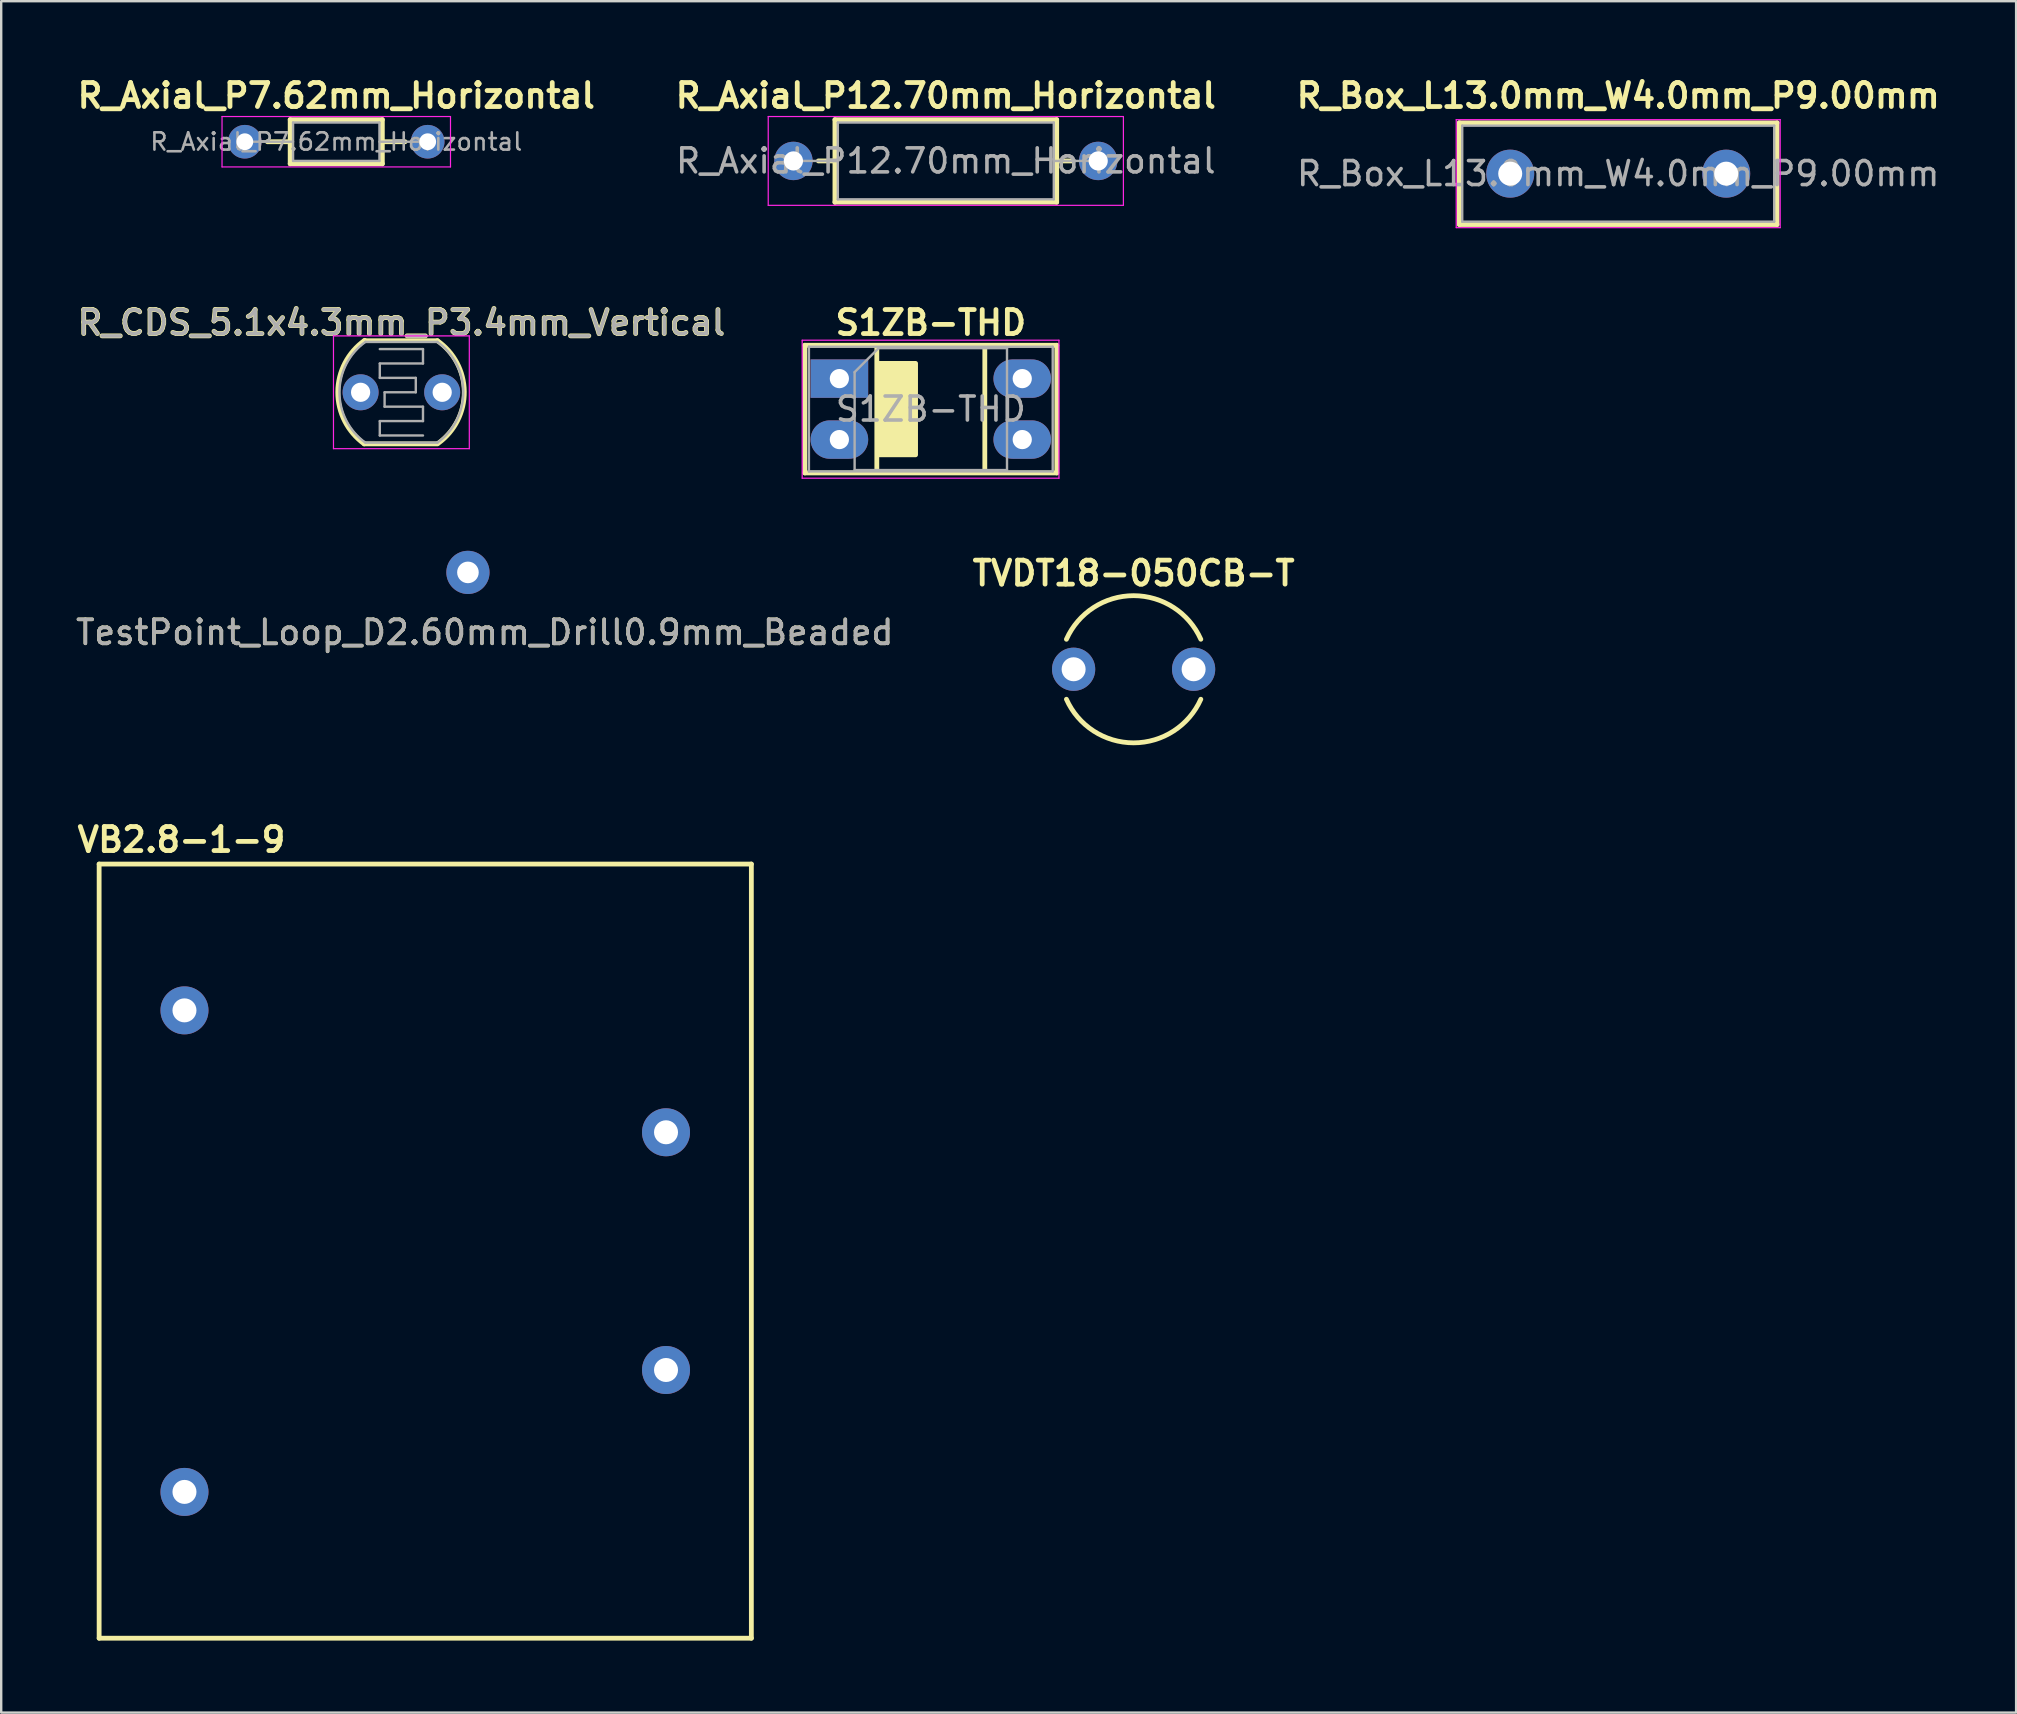
<source format=kicad_pcb>
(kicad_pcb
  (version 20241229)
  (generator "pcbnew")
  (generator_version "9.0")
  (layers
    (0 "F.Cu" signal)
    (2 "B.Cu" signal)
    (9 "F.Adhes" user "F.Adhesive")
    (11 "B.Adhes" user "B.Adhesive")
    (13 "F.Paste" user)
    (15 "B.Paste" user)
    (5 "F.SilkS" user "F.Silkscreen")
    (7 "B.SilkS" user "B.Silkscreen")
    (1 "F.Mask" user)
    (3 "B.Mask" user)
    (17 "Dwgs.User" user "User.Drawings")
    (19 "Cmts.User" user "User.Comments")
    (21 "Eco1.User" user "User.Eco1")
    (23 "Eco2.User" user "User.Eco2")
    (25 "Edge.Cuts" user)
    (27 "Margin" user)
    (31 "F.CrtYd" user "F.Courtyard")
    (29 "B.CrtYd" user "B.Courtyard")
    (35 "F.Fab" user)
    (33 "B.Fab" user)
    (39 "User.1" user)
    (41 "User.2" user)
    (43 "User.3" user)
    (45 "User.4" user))
  (footprint "R_Axial_P7.62mm_Horizontal"
    (layer "F.Cu")
    (at 7.152 2.856)
    (property "Reference" "R_Axial_P7.62mm_Horizontal" (at 3.81 -1.92 0) (layer "F.SilkS") (effects (font (size 1 1) (thickness 0.2))))
    (attr through_hole)
    (fp_line (start 0.94 0) (end 1.89 0) (stroke (width 0.2) (type solid)) (layer "F.SilkS"))
    (fp_line (start 1.89 -0.92) (end 1.89 0.92) (stroke (width 0.2) (type solid)) (layer "F.SilkS"))
    (fp_line (start 1.89 0.92) (end 5.73 0.92) (stroke (width 0.2) (type solid)) (layer "F.SilkS"))
    (fp_line (start 5.73 -0.92) (end 1.89 -0.92) (stroke (width 0.2) (type solid)) (layer "F.SilkS"))
    (fp_line (start 5.73 0.92) (end 5.73 -0.92) (stroke (width 0.2) (type solid)) (layer "F.SilkS"))
    (fp_line (start 6.68 0) (end 5.73 0) (stroke (width 0.2) (type solid)) (layer "F.SilkS"))
    (fp_line (start -0.95 -1.05) (end -0.95 1.05) (stroke (width 0.05) (type solid)) (layer "F.CrtYd"))
    (fp_line (start -0.95 1.05) (end 8.57 1.05) (stroke (width 0.05) (type solid)) (layer "F.CrtYd"))
    (fp_line (start 8.57 -1.05) (end -0.95 -1.05) (stroke (width 0.05) (type solid)) (layer "F.CrtYd"))
    (fp_line (start 8.57 1.05) (end 8.57 -1.05) (stroke (width 0.05) (type solid)) (layer "F.CrtYd"))
    (fp_line (start 0 0) (end 2.01 0) (stroke (width 0.1) (type solid)) (layer "F.Fab"))
    (fp_line (start 2.01 -0.8) (end 2.01 0.8) (stroke (width 0.1) (type solid)) (layer "F.Fab"))
    (fp_line (start 2.01 0.8) (end 5.61 0.8) (stroke (width 0.1) (type solid)) (layer "F.Fab"))
    (fp_line (start 5.61 -0.8) (end 2.01 -0.8) (stroke (width 0.1) (type solid)) (layer "F.Fab"))
    (fp_line (start 5.61 0.8) (end 5.61 -0.8) (stroke (width 0.1) (type solid)) (layer "F.Fab"))
    (fp_line (start 7.62 0) (end 5.61 0) (stroke (width 0.1) (type solid)) (layer "F.Fab"))
    (fp_text user "${REFERENCE}" (at 3.81 0 0) (layer "F.Fab") (effects (font (size 0.72 0.72) (thickness 0.108))))
    (pad "1" thru_hole circle (at 0 0) (size 1.4 1.4) (drill 0.7) (layers "*.Cu" "*.Mask"))
    (pad "2" thru_hole oval (at 7.62 0) (size 1.4 1.4) (drill 0.7) (layers "*.Cu" "*.Mask")))
  (footprint "R_CDS_5.1x4.3mm_P3.4mm_Vertical"
    (layer "F.Cu")
    (at 11.976 13.297)
    (property "Reference" "R_CDS_5.1x4.3mm_P3.4mm_Vertical" (at 1.7 -2.9 0) (layer "F.SilkS") (effects (font (size 1 1) (thickness 0.2))))
    (attr through_hole)
    (fp_line (start 0.15 -2.15) (end 3.2 -2.15) (stroke (width 0.2) (type solid)) (layer "F.SilkS"))
    (fp_line (start 0.15 2.15) (end 3.2 2.15) (stroke (width 0.2) (type solid)) (layer "F.SilkS"))
    (fp_arc (start 0.15 2.15) (mid -0.950438 -0.013368) (end 0.171766 -2.165525) (stroke (width 0.2) (type solid)) (layer "F.SilkS"))
    (fp_arc (start 3.2 -2.15) (mid 4.321403 -0.027338) (end 3.244513 2.118249) (stroke (width 0.2) (type solid)) (layer "F.SilkS"))
    (fp_line (start -1.13 -2.35) (end -1.13 2.35) (stroke (width 0.05) (type solid)) (layer "F.CrtYd"))
    (fp_line (start -1.13 -2.35) (end 4.53 -2.35) (stroke (width 0.05) (type solid)) (layer "F.CrtYd"))
    (fp_line (start 4.53 2.35) (end -1.13 2.35) (stroke (width 0.05) (type solid)) (layer "F.CrtYd"))
    (fp_line (start 4.53 2.35) (end 4.53 -2.35) (stroke (width 0.05) (type solid)) (layer "F.CrtYd"))
    (fp_line (start 0.2 -2.1) (end 3.2 -2.1) (stroke (width 0.1) (type solid)) (layer "F.Fab"))
    (fp_line (start 0.8 -1.8) (end 2.6 -1.8) (stroke (width 0.1) (type solid)) (layer "F.Fab"))
    (fp_line (start 0.8 -1.2) (end 0.8 -0.6) (stroke (width 0.1) (type solid)) (layer "F.Fab"))
    (fp_line (start 0.8 1.2) (end 0.8 1.8) (stroke (width 0.1) (type solid)) (layer "F.Fab"))
    (fp_line (start 0.8 1.8) (end 2.6 1.8) (stroke (width 0.1) (type solid)) (layer "F.Fab"))
    (fp_line (start 1 0) (end 1 0.6) (stroke (width 0.1) (type solid)) (layer "F.Fab"))
    (fp_line (start 1 0) (end 2.3 0) (stroke (width 0.1) (type solid)) (layer "F.Fab"))
    (fp_line (start 2.3 -0.6) (end 0.8 -0.6) (stroke (width 0.1) (type solid)) (layer "F.Fab"))
    (fp_line (start 2.3 0) (end 2.3 -0.6) (stroke (width 0.1) (type solid)) (layer "F.Fab"))
    (fp_line (start 2.6 -1.8) (end 2.6 -1.2) (stroke (width 0.1) (type solid)) (layer "F.Fab"))
    (fp_line (start 2.6 -1.2) (end 0.8 -1.2) (stroke (width 0.1) (type solid)) (layer "F.Fab"))
    (fp_line (start 2.6 0.6) (end 1 0.6) (stroke (width 0.1) (type solid)) (layer "F.Fab"))
    (fp_line (start 2.6 0.6) (end 2.6 1.2) (stroke (width 0.1) (type solid)) (layer "F.Fab"))
    (fp_line (start 2.6 1.2) (end 0.8 1.2) (stroke (width 0.1) (type solid)) (layer "F.Fab"))
    (fp_line (start 3.2 2.1) (end 0.2 2.1) (stroke (width 0.1) (type solid)) (layer "F.Fab"))
    (fp_arc (start 0.2 2.1) (mid -0.880697 -0.001697) (end 0.202763 -2.101971) (stroke (width 0.1) (type solid)) (layer "F.Fab"))
    (fp_arc (start 3.2 -2.1) (mid 4.280697 0.001697) (end 3.197237 2.101971) (stroke (width 0.1) (type solid)) (layer "F.Fab"))
    (fp_text user "${REFERENCE}" (at 1.7 -2.9 0) (layer "F.Fab") (effects (font (size 1 1) (thickness 0.15))))
    (pad "1" thru_hole circle (at 0 0) (size 1.5 1.5) (drill 0.8) (layers "*.Cu" "*.Mask"))
    (pad "2" thru_hole circle (at 3.4 0) (size 1.5 1.5) (drill 0.8) (layers "*.Cu" "*.Mask")))
  (footprint "TVDT18-050CB-T"
    (layer "F.Cu")
    (at 44.188 24.838)
    (property "Reference" "TVDT18-050CB-T" (at 0 -4 0) (layer "F.SilkS") (effects (font (size 1 1) (thickness 0.2))))
    (attr through_hole)
    (fp_arc (start -2.800319 -1.249282) (mid -0.000393 -3.066348) (end 2.799999 -1.249999) (stroke (width 0.2) (type solid)) (layer "F.SilkS"))
    (fp_arc (start 2.800319 1.249282) (mid 0.000393 3.066348) (end -2.799999 1.249999) (stroke (width 0.2) (type solid)) (layer "F.SilkS"))
    (pad "1" thru_hole circle (at -2.5 0) (size 1.8 1.8) (drill 1) (layers "*.Cu" "*.Mask"))
    (pad "2" thru_hole circle (at 2.5 0) (size 1.8 1.8) (drill 1) (layers "*.Cu" "*.Mask")))
  (footprint "TestPoint_Loop_D2.60mm_Drill0.9mm_Beaded"
    (layer "F.Cu")
    (at 16.449 20.802)
    (property "Reference" "TestPoint_Loop_D2.60mm_Drill0.9mm_Beaded" (at 0.7 2.5 0) (layer "F.SilkS") (effects (font (size 1 1) (thickness 0.15))))
    (attr through_hole)
    (fp_text user "${REFERENCE}" (at 0.7 2.5 0) (layer "F.Fab") (effects (font (size 1 1) (thickness 0.15))))
    (pad "1" thru_hole circle (at 0 0) (size 1.8 1.8) (drill 0.9) (layers "*.Cu" "*.Mask")))
  (footprint "S1ZB-THD"
    (layer "F.Cu")
    (at 31.927 12.727)
    (property "Reference" "S1ZB-THD" (at 3.81 -2.33 0) (layer "F.SilkS") (effects (font (size 1 1) (thickness 0.2))))
    (attr through_hole)
    (fp_line (start -1.44 -1.39) (end -1.44 3.93) (stroke (width 0.2) (type solid)) (layer "F.SilkS"))
    (fp_line (start -1.44 3.93) (end 9.06 3.93) (stroke (width 0.2) (type solid)) (layer "F.SilkS"))
    (fp_line (start 1.56 -1.33) (end 1.56 3.87) (stroke (width 0.2) (type solid)) (layer "F.SilkS"))
    (fp_line (start 6.06 3.87) (end 6.06 -1.33) (stroke (width 0.2) (type solid)) (layer "F.SilkS"))
    (fp_line (start 9.06 -1.39) (end -1.44 -1.39) (stroke (width 0.2) (type solid)) (layer "F.SilkS"))
    (fp_line (start 9.06 3.93) (end 9.06 -1.39) (stroke (width 0.2) (type solid)) (layer "F.SilkS"))
    (fp_poly (pts (xy 3.175 3.175) (xy 1.587 3.175) (xy 1.587 -0.635) (xy 3.175 -0.635)) (stroke (width 0.2) (type solid)) (fill yes) (layer "F.SilkS"))
    (fp_line (start -1.55 -1.6) (end -1.55 4.15) (stroke (width 0.05) (type solid)) (layer "F.CrtYd"))
    (fp_line (start -1.55 4.15) (end 9.15 4.15) (stroke (width 0.05) (type solid)) (layer "F.CrtYd"))
    (fp_line (start 9.15 -1.6) (end -1.55 -1.6) (stroke (width 0.05) (type solid)) (layer "F.CrtYd"))
    (fp_line (start 9.15 4.15) (end 9.15 -1.6) (stroke (width 0.05) (type solid)) (layer "F.CrtYd"))
    (fp_line (start -1.27 -1.33) (end -1.27 3.87) (stroke (width 0.1) (type solid)) (layer "F.Fab"))
    (fp_line (start -1.27 3.87) (end 8.89 3.87) (stroke (width 0.1) (type solid)) (layer "F.Fab"))
    (fp_line (start 0.635 -0.27) (end 1.635 -1.27) (stroke (width 0.1) (type solid)) (layer "F.Fab"))
    (fp_line (start 0.635 3.81) (end 0.635 -0.27) (stroke (width 0.1) (type solid)) (layer "F.Fab"))
    (fp_line (start 1.635 -1.27) (end 6.985 -1.27) (stroke (width 0.1) (type solid)) (layer "F.Fab"))
    (fp_line (start 6.985 -1.27) (end 6.985 3.81) (stroke (width 0.1) (type solid)) (layer "F.Fab"))
    (fp_line (start 6.985 3.81) (end 0.635 3.81) (stroke (width 0.1) (type solid)) (layer "F.Fab"))
    (fp_line (start 8.89 -1.33) (end -1.27 -1.33) (stroke (width 0.1) (type solid)) (layer "F.Fab"))
    (fp_line (start 8.89 3.87) (end 8.89 -1.33) (stroke (width 0.1) (type solid)) (layer "F.Fab"))
    (fp_text user "${REFERENCE}" (at 3.81 1.27 0) (layer "F.Fab") (effects (font (size 1 1) (thickness 0.15))))
    (pad "1" thru_hole rect (at 0 0) (size 2.4 1.6) (drill 0.8) (layers "*.Cu" "*.Mask"))
    (pad "2" thru_hole oval (at 7.62 0) (size 2.4 1.6) (drill 0.8) (layers "*.Cu" "*.Mask"))
    (pad "3" thru_hole oval (at 7.62 2.54) (size 2.4 1.6) (drill 0.8) (layers "*.Cu" "*.Mask"))
    (pad "4" thru_hole oval (at 0 2.54) (size 2.4 1.6) (drill 0.8) (layers "*.Cu" "*.Mask")))
  (footprint "R_Axial_P12.70mm_Horizontal"
    (layer "F.Cu")
    (at 30.012 3.656)
    (property "Reference" "R_Axial_P12.70mm_Horizontal" (at 6.35 -2.72 0) (layer "F.SilkS") (effects (font (size 1 1) (thickness 0.2))))
    (attr through_hole)
    (fp_line (start 1.04 0) (end 1.73 0) (stroke (width 0.2) (type solid)) (layer "F.SilkS"))
    (fp_line (start 1.73 -1.72) (end 1.73 1.72) (stroke (width 0.2) (type solid)) (layer "F.SilkS"))
    (fp_line (start 1.73 1.72) (end 10.97 1.72) (stroke (width 0.2) (type solid)) (layer "F.SilkS"))
    (fp_line (start 10.97 -1.72) (end 1.73 -1.72) (stroke (width 0.2) (type solid)) (layer "F.SilkS"))
    (fp_line (start 10.97 1.72) (end 10.97 -1.72) (stroke (width 0.2) (type solid)) (layer "F.SilkS"))
    (fp_line (start 11.66 0) (end 10.97 0) (stroke (width 0.2) (type solid)) (layer "F.SilkS"))
    (fp_line (start -1.05 -1.85) (end -1.05 1.85) (stroke (width 0.05) (type solid)) (layer "F.CrtYd"))
    (fp_line (start -1.05 1.85) (end 13.75 1.85) (stroke (width 0.05) (type solid)) (layer "F.CrtYd"))
    (fp_line (start 13.75 -1.85) (end -1.05 -1.85) (stroke (width 0.05) (type solid)) (layer "F.CrtYd"))
    (fp_line (start 13.75 1.85) (end 13.75 -1.85) (stroke (width 0.05) (type solid)) (layer "F.CrtYd"))
    (fp_line (start 0 0) (end 1.85 0) (stroke (width 0.1) (type solid)) (layer "F.Fab"))
    (fp_line (start 1.85 -1.6) (end 1.85 1.6) (stroke (width 0.1) (type solid)) (layer "F.Fab"))
    (fp_line (start 1.85 1.6) (end 10.85 1.6) (stroke (width 0.1) (type solid)) (layer "F.Fab"))
    (fp_line (start 10.85 -1.6) (end 1.85 -1.6) (stroke (width 0.1) (type solid)) (layer "F.Fab"))
    (fp_line (start 10.85 1.6) (end 10.85 -1.6) (stroke (width 0.1) (type solid)) (layer "F.Fab"))
    (fp_line (start 12.7 0) (end 10.85 0) (stroke (width 0.1) (type solid)) (layer "F.Fab"))
    (fp_text user "${REFERENCE}" (at 6.35 0 0) (layer "F.Fab") (effects (font (size 1 1) (thickness 0.15))))
    (pad "1" thru_hole circle (at 0 0) (size 1.6 1.6) (drill 0.8) (layers "*.Cu" "*.Mask"))
    (pad "2" thru_hole oval (at 12.7 0) (size 1.6 1.6) (drill 0.8) (layers "*.Cu" "*.Mask")))
  (footprint "VB2.8-1-9"
    (layer "F.Cu")
    (at 14.67 49.085)
    (property "Reference" "VB2.8-1-9" (at -10.16 -17.145 0) (layer "F.SilkS") (effects (font (size 1 1) (thickness 0.2))))
    (attr through_hole)
    (fp_line (start -13.589 -16.129) (end 13.589 -16.129) (stroke (width 0.2) (type solid)) (layer "F.SilkS"))
    (fp_line (start -13.589 16.129) (end -13.589 -16.129) (stroke (width 0.2) (type solid)) (layer "F.SilkS"))
    (fp_line (start 13.589 -16.129) (end 13.589 16.129) (stroke (width 0.2) (type solid)) (layer "F.SilkS"))
    (fp_line (start 13.589 16.129) (end -13.589 16.129) (stroke (width 0.2) (type solid)) (layer "F.SilkS"))
    (pad "1" thru_hole circle (at -10.033 -10.033) (size 2 2) (drill 1) (layers "*.Cu" "*.Mask"))
    (pad "2" thru_hole circle (at -10.033 10.033) (size 2 2) (drill 1) (layers "*.Cu" "*.Mask"))
    (pad "3" thru_hole circle (at 10.033 4.953) (size 2 2) (drill 1) (layers "*.Cu" "*.Mask"))
    (pad "4" thru_hole circle (at 10.033 -4.953) (size 2 2) (drill 1) (layers "*.Cu" "*.Mask")))
  (footprint "R_Box_L13.0mm_W4.0mm_P9.00mm"
    (layer "F.Cu")
    (at 59.881 4.186)
    (property "Reference" "R_Box_L13.0mm_W4.0mm_P9.00mm" (at 4.5 -3.25 0) (layer "F.SilkS") (effects (font (size 1 1) (thickness 0.2))))
    (attr through_hole)
    (fp_line (start -2.12 -2.12) (end -2.12 2.12) (stroke (width 0.2) (type solid)) (layer "F.SilkS"))
    (fp_line (start -2.12 -2.12) (end 11.12 -2.12) (stroke (width 0.2) (type solid)) (layer "F.SilkS"))
    (fp_line (start -2.12 2.12) (end 11.12 2.12) (stroke (width 0.2) (type solid)) (layer "F.SilkS"))
    (fp_line (start 11.12 -2.12) (end 11.12 2.12) (stroke (width 0.2) (type solid)) (layer "F.SilkS"))
    (fp_line (start -2.25 -2.25) (end -2.25 2.25) (stroke (width 0.05) (type solid)) (layer "F.CrtYd"))
    (fp_line (start -2.25 2.25) (end 11.25 2.25) (stroke (width 0.05) (type solid)) (layer "F.CrtYd"))
    (fp_line (start 11.25 -2.25) (end -2.25 -2.25) (stroke (width 0.05) (type solid)) (layer "F.CrtYd"))
    (fp_line (start 11.25 2.25) (end 11.25 -2.25) (stroke (width 0.05) (type solid)) (layer "F.CrtYd"))
    (fp_line (start -2 -2) (end -2 2) (stroke (width 0.1) (type solid)) (layer "F.Fab"))
    (fp_line (start -2 2) (end 11 2) (stroke (width 0.1) (type solid)) (layer "F.Fab"))
    (fp_line (start 11 -2) (end -2 -2) (stroke (width 0.1) (type solid)) (layer "F.Fab"))
    (fp_line (start 11 2) (end 11 -2) (stroke (width 0.1) (type solid)) (layer "F.Fab"))
    (fp_text user "${REFERENCE}" (at 4.5 0 0) (layer "F.Fab") (effects (font (size 1 1) (thickness 0.15))))
    (pad "1" thru_hole circle (at 0 0) (size 2 2) (drill 1) (layers "*.Cu" "*.Mask"))
    (pad "2" thru_hole circle (at 9 0) (size 2 2) (drill 1) (layers "*.Cu" "*.Mask")))
  (gr_rect
    (start -3 -3)
    (end 80.962 68.314)
    (stroke (width 0.1) (type default))
    (fill no)
    (layer "Edge.Cuts")))
</source>
